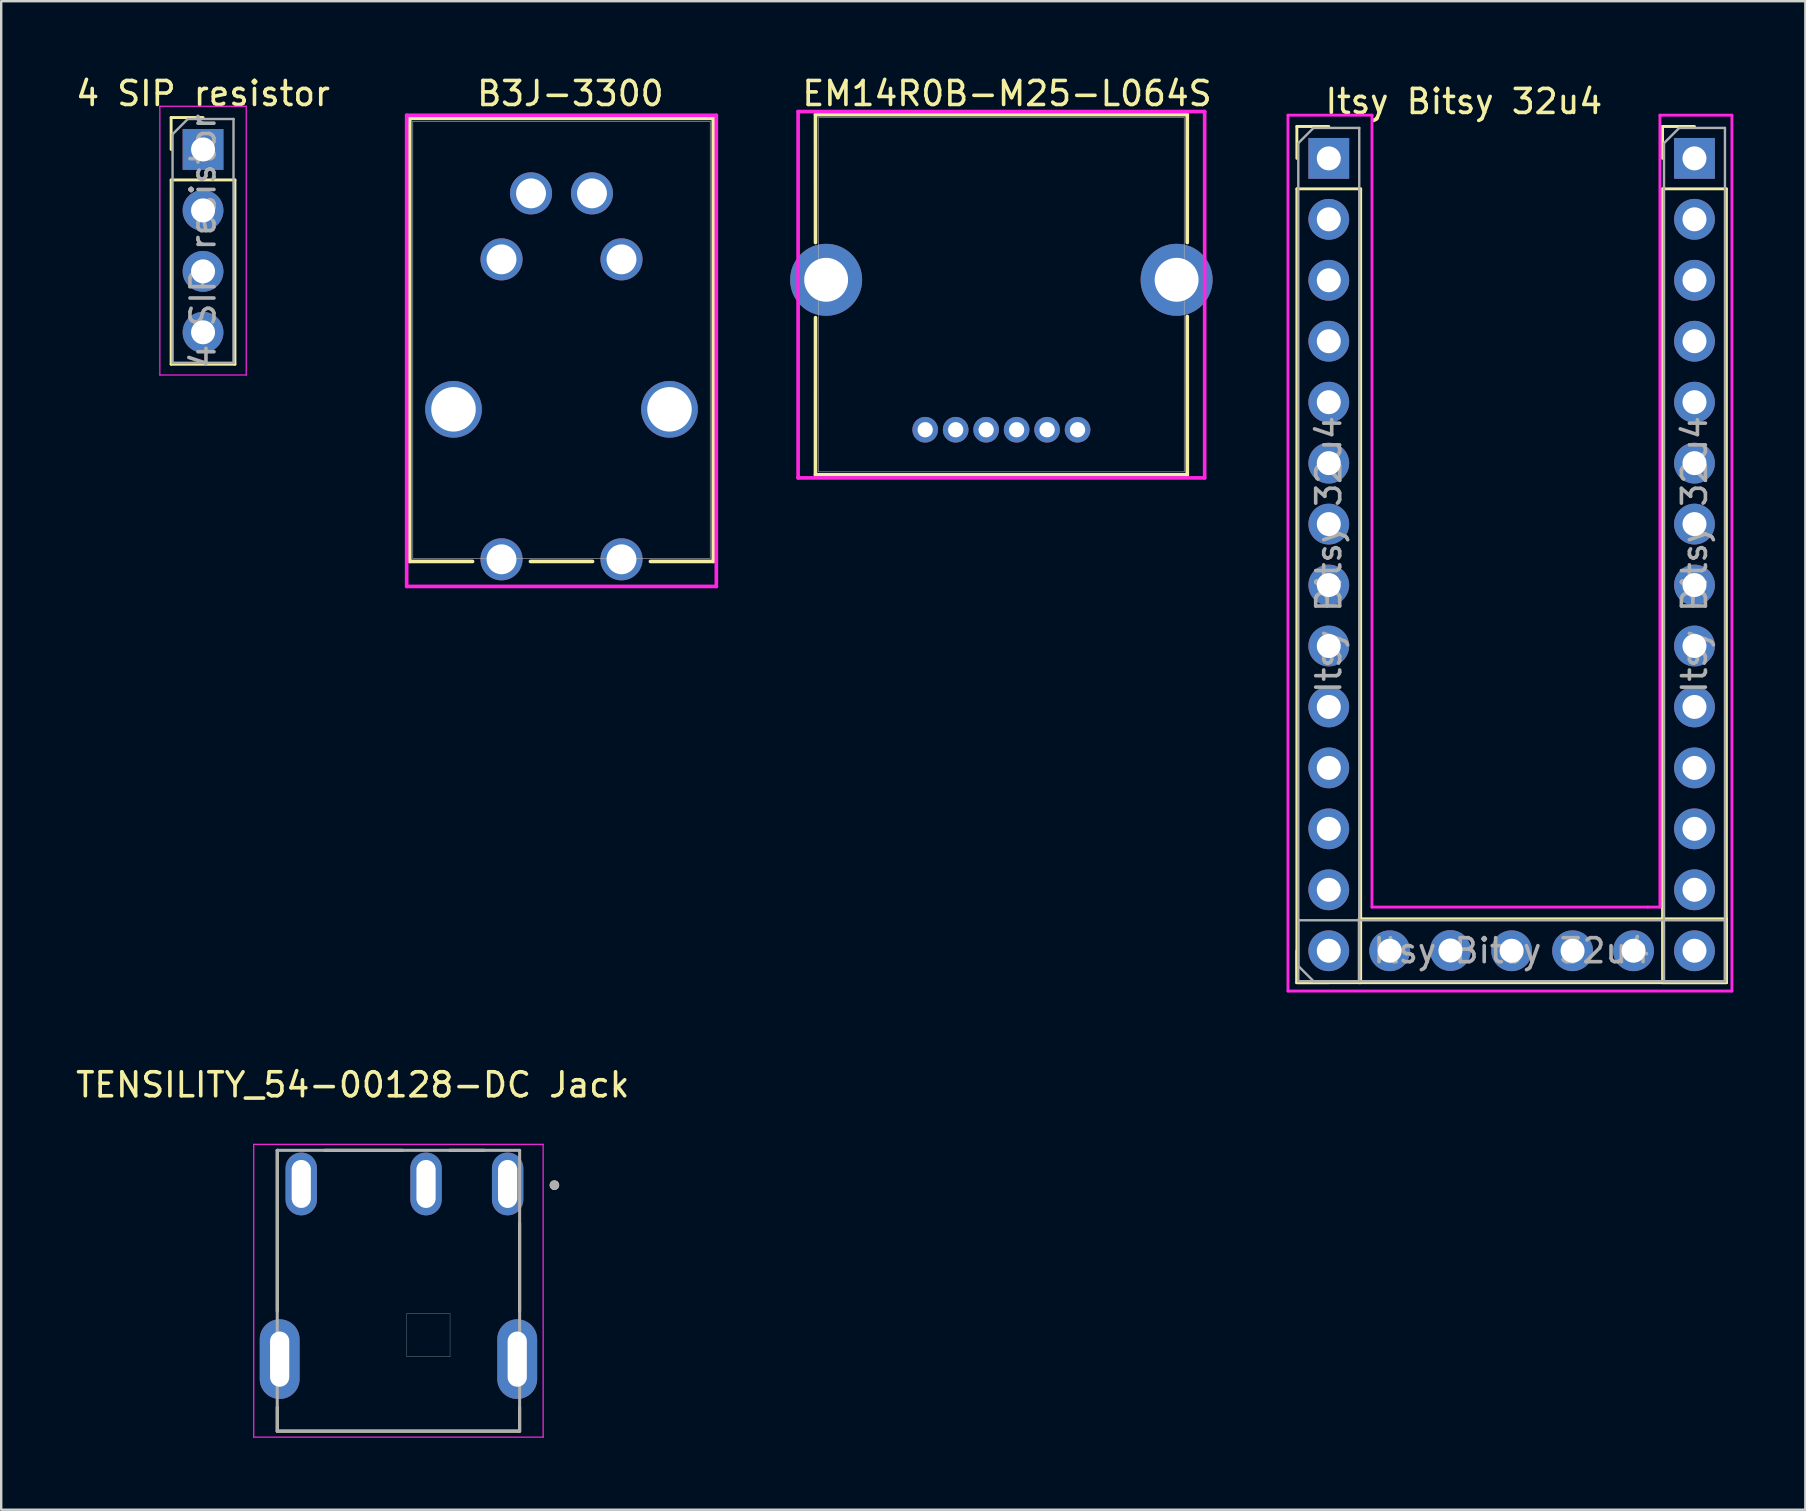
<source format=kicad_pcb>
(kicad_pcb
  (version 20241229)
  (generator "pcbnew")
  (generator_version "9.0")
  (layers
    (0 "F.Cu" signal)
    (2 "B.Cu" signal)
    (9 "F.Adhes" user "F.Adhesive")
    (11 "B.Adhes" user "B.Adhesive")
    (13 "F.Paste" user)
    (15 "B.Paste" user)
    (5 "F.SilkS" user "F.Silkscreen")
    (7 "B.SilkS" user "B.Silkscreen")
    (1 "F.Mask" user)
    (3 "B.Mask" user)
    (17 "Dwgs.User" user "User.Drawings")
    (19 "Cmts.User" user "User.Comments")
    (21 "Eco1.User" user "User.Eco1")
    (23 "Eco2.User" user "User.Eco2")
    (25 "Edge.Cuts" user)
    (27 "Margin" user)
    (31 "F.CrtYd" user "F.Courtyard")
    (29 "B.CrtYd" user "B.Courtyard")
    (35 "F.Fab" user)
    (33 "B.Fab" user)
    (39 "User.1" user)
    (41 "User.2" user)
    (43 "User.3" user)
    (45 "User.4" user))
  (footprint "4 SIP resistor"
    (layer "F.Cu")
    (at 5.411 3.178)
    (property "Reference" "4 SIP resistor" (at 0 -2.33 0) (layer "F.SilkS") (effects (font (size 1 1) (thickness 0.15))))
    (attr through_hole)
    (fp_line (start -1.33 -1.33) (end 0 -1.33) (stroke (width 0.12) (type solid)) (layer "F.SilkS"))
    (fp_line (start -1.33 0) (end -1.33 -1.33) (stroke (width 0.12) (type solid)) (layer "F.SilkS"))
    (fp_line (start -1.33 1.27) (end -1.33 8.95) (stroke (width 0.12) (type solid)) (layer "F.SilkS"))
    (fp_line (start -1.33 1.27) (end 1.33 1.27) (stroke (width 0.12) (type solid)) (layer "F.SilkS"))
    (fp_line (start -1.33 8.95) (end 1.33 8.95) (stroke (width 0.12) (type solid)) (layer "F.SilkS"))
    (fp_line (start 1.33 1.27) (end 1.33 8.95) (stroke (width 0.12) (type solid)) (layer "F.SilkS"))
    (fp_line (start -1.8 -1.8) (end -1.8 9.4) (stroke (width 0.05) (type solid)) (layer "F.CrtYd"))
    (fp_line (start -1.8 9.4) (end 1.8 9.4) (stroke (width 0.05) (type solid)) (layer "F.CrtYd"))
    (fp_line (start 1.8 -1.8) (end -1.8 -1.8) (stroke (width 0.05) (type solid)) (layer "F.CrtYd"))
    (fp_line (start 1.8 9.4) (end 1.8 -1.8) (stroke (width 0.05) (type solid)) (layer "F.CrtYd"))
    (fp_line (start -1.27 -0.635) (end -0.635 -1.27) (stroke (width 0.1) (type solid)) (layer "F.Fab"))
    (fp_line (start -1.27 8.89) (end -1.27 -0.635) (stroke (width 0.1) (type solid)) (layer "F.Fab"))
    (fp_line (start -0.635 -1.27) (end 1.27 -1.27) (stroke (width 0.1) (type solid)) (layer "F.Fab"))
    (fp_line (start 1.27 -1.27) (end 1.27 8.89) (stroke (width 0.1) (type solid)) (layer "F.Fab"))
    (fp_line (start 1.27 8.89) (end -1.27 8.89) (stroke (width 0.1) (type solid)) (layer "F.Fab"))
    (fp_text user "${REFERENCE}" (at 0 3.81 90) (layer "F.Fab") (effects (font (size 1 1) (thickness 0.15))))
    (pad "1" thru_hole rect (at 0 0) (size 1.7 1.7) (drill 1) (layers "*.Cu" "*.Mask"))
    (pad "2" thru_hole oval (at 0 2.54) (size 1.7 1.7) (drill 1) (layers "*.Cu" "*.Mask"))
    (pad "3" thru_hole oval (at 0 5.08) (size 1.7 1.7) (drill 1) (layers "*.Cu" "*.Mask"))
    (pad "4" thru_hole oval (at 0 7.62) (size 1.7 1.7) (drill 1) (layers "*.Cu" "*.Mask")))
  (footprint "EM14R0B-M25-L064S"
    (layer "F.Cu")
    (at 35.505 14.858)
    (property "Reference" "EM14R0B-M25-L064S" (at 3.41 -14.01 0) (unlocked yes) (layer "F.SilkS") (effects (font (size 1 1) (thickness 0.15))))
    (attr through_hole)
    (fp_line (start -4.572 -13.132) (end -4.57 -7.8) (stroke (width 0.152) (type solid)) (layer "F.SilkS"))
    (fp_line (start -4.572 1.88) (end 10.922 1.88) (stroke (width 0.152) (type solid)) (layer "F.SilkS"))
    (fp_line (start -4.57 -4.67) (end -4.572 1.88) (stroke (width 0.152) (type solid)) (layer "F.SilkS"))
    (fp_line (start 10.92 -7.8) (end 10.922 -13.132) (stroke (width 0.152) (type solid)) (layer "F.SilkS"))
    (fp_line (start 10.922 -13.132) (end -4.572 -13.132) (stroke (width 0.152) (type solid)) (layer "F.SilkS"))
    (fp_line (start 10.922 1.88) (end 10.92 -4.72) (stroke (width 0.152) (type solid)) (layer "F.SilkS"))
    (fp_line (start -5.296 -13.259) (end -5.296 2.007) (stroke (width 0.152) (type solid)) (layer "F.CrtYd"))
    (fp_line (start -5.296 2.007) (end 11.646 2.007) (stroke (width 0.152) (type solid)) (layer "F.CrtYd"))
    (fp_line (start 11.646 -13.259) (end -5.296 -13.259) (stroke (width 0.152) (type solid)) (layer "F.CrtYd"))
    (fp_line (start 11.646 2.007) (end 11.646 -13.259) (stroke (width 0.152) (type solid)) (layer "F.CrtYd"))
    (fp_line (start -4.445 -13.005) (end -4.445 1.753) (stroke (width 0.025) (type solid)) (layer "F.Fab"))
    (fp_line (start -4.445 1.753) (end 10.795 1.753) (stroke (width 0.025) (type solid)) (layer "F.Fab"))
    (fp_line (start 10.795 -13.005) (end -4.445 -13.005) (stroke (width 0.025) (type solid)) (layer "F.Fab"))
    (fp_line (start 10.795 1.753) (end 10.795 -13.005) (stroke (width 0.025) (type solid)) (layer "F.Fab"))
    (pad "" thru_hole circle (at -4.128 -6.248 90) (size 3 3) (drill 1.829) (layers "*.Cu" "*.Mask"))
    (pad "" thru_hole circle (at 10.477 -6.248 90) (size 3 3) (drill 1.829) (layers "*.Cu" "*.Mask"))
    (pad "1" thru_hole circle (at 0 0) (size 1.07 1.07) (drill 0.635) (layers "*.Cu" "*.Mask"))
    (pad "2" thru_hole circle (at 1.27 0) (size 1.07 1.07) (drill 0.635) (layers "*.Cu" "*.Mask"))
    (pad "3" thru_hole circle (at 2.54 0) (size 1.07 1.07) (drill 0.635) (layers "*.Cu" "*.Mask"))
    (pad "4" thru_hole circle (at 3.81 0) (size 1.07 1.07) (drill 0.635) (layers "*.Cu" "*.Mask"))
    (pad "5" thru_hole circle (at 5.08 0) (size 1.07 1.07) (drill 0.635) (layers "*.Cu" "*.Mask"))
    (pad "6" thru_hole circle (at 6.35 0) (size 1.07 1.07) (drill 0.635) (layers "*.Cu" "*.Mask")))
  (footprint "Itsy Bitsy 32u4"
    (layer "F.Cu")
    (at 54.123 0.25)
    (property "Reference" "Itsy Bitsy 32u4" (at 3.83 0.93 0) (unlocked yes) (layer "F.SilkS") (effects (font (size 1 1) (thickness 0.15))))
    (attr through_hole)
    (fp_line (start -3.13 1.97) (end -1.8 1.97) (stroke (width 0.12) (type solid)) (layer "F.SilkS"))
    (fp_line (start -3.13 3.3) (end -3.13 1.97) (stroke (width 0.12) (type solid)) (layer "F.SilkS"))
    (fp_line (start -3.13 4.57) (end -3.13 37.65) (stroke (width 0.12) (type solid)) (layer "F.SilkS"))
    (fp_line (start -3.13 4.57) (end -0.47 4.57) (stroke (width 0.12) (type solid)) (layer "F.SilkS"))
    (fp_line (start -3.13 37.65) (end -3.13 36.32) (stroke (width 0.12) (type solid)) (layer "F.SilkS"))
    (fp_line (start -3.13 37.65) (end -0.47 37.65) (stroke (width 0.12) (type solid)) (layer "F.SilkS"))
    (fp_line (start -1.8 37.65) (end -3.13 37.65) (stroke (width 0.12) (type solid)) (layer "F.SilkS"))
    (fp_line (start -0.53 34.99) (end 14.77 34.99) (stroke (width 0.12) (type solid)) (layer "F.SilkS"))
    (fp_line (start -0.53 37.65) (end -0.53 34.99) (stroke (width 0.12) (type solid)) (layer "F.SilkS"))
    (fp_line (start -0.53 37.65) (end 14.77 37.65) (stroke (width 0.12) (type solid)) (layer "F.SilkS"))
    (fp_line (start -0.47 4.57) (end -0.47 37.65) (stroke (width 0.12) (type solid)) (layer "F.SilkS"))
    (fp_line (start 12.11 1.97) (end 13.44 1.97) (stroke (width 0.12) (type solid)) (layer "F.SilkS"))
    (fp_line (start 12.11 3.3) (end 12.11 1.97) (stroke (width 0.12) (type solid)) (layer "F.SilkS"))
    (fp_line (start 12.11 4.57) (end 12.11 37.65) (stroke (width 0.12) (type solid)) (layer "F.SilkS"))
    (fp_line (start 12.11 4.57) (end 14.77 4.57) (stroke (width 0.12) (type solid)) (layer "F.SilkS"))
    (fp_line (start 12.11 37.65) (end 14.77 37.65) (stroke (width 0.12) (type solid)) (layer "F.SilkS"))
    (fp_line (start 14.77 4.57) (end 14.77 37.65) (stroke (width 0.12) (type solid)) (layer "F.SilkS"))
    (fp_line (start 14.77 37.65) (end 14.77 34.99) (stroke (width 0.12) (type solid)) (layer "F.SilkS"))
    (fp_line (start -3.5 1.5) (end 0 1.5) (stroke (width 0.12) (type default)) (layer "F.CrtYd"))
    (fp_line (start -3.5 38) (end -3.5 1.5) (stroke (width 0.12) (type default)) (layer "F.CrtYd"))
    (fp_line (start 0 1.5) (end 0 34.5) (stroke (width 0.12) (type default)) (layer "F.CrtYd"))
    (fp_line (start 0 34.5) (end 11.5 34.5) (stroke (width 0.12) (type default)) (layer "F.CrtYd"))
    (fp_line (start 11.5 34.5) (end 12 34.5) (stroke (width 0.12) (type default)) (layer "F.CrtYd"))
    (fp_line (start 12 1.5) (end 15 1.5) (stroke (width 0.12) (type default)) (layer "F.CrtYd"))
    (fp_line (start 12 34.5) (end 12 1.5) (stroke (width 0.12) (type default)) (layer "F.CrtYd"))
    (fp_line (start 15 1.5) (end 15 38) (stroke (width 0.12) (type default)) (layer "F.CrtYd"))
    (fp_line (start 15 38) (end -3.5 38) (stroke (width 0.12) (type default)) (layer "F.CrtYd"))
    (fp_line (start -3.07 2.665) (end -2.435 2.03) (stroke (width 0.1) (type solid)) (layer "F.Fab"))
    (fp_line (start -3.07 35.05) (end 14.71 35.05) (stroke (width 0.1) (type solid)) (layer "F.Fab"))
    (fp_line (start -3.07 36.955) (end -3.07 35.05) (stroke (width 0.1) (type solid)) (layer "F.Fab"))
    (fp_line (start -3.07 37.59) (end -3.07 2.665) (stroke (width 0.1) (type solid)) (layer "F.Fab"))
    (fp_line (start -2.435 2.03) (end -0.53 2.03) (stroke (width 0.1) (type solid)) (layer "F.Fab"))
    (fp_line (start -2.435 37.59) (end -3.07 36.955) (stroke (width 0.1) (type solid)) (layer "F.Fab"))
    (fp_line (start -0.53 2.03) (end -0.53 37.59) (stroke (width 0.1) (type solid)) (layer "F.Fab"))
    (fp_line (start -0.53 37.59) (end -3.07 37.59) (stroke (width 0.1) (type solid)) (layer "F.Fab"))
    (fp_line (start 12.17 2.665) (end 12.805 2.03) (stroke (width 0.1) (type solid)) (layer "F.Fab"))
    (fp_line (start 12.17 37.59) (end 12.17 2.665) (stroke (width 0.1) (type solid)) (layer "F.Fab"))
    (fp_line (start 12.805 2.03) (end 14.71 2.03) (stroke (width 0.1) (type solid)) (layer "F.Fab"))
    (fp_line (start 14.71 2.03) (end 14.71 37.59) (stroke (width 0.1) (type solid)) (layer "F.Fab"))
    (fp_line (start 14.71 35.05) (end 14.71 37.59) (stroke (width 0.1) (type solid)) (layer "F.Fab"))
    (fp_line (start 14.71 37.59) (end -2.435 37.59) (stroke (width 0.1) (type solid)) (layer "F.Fab"))
    (fp_line (start 14.71 37.59) (end 12.17 37.59) (stroke (width 0.1) (type solid)) (layer "F.Fab"))
    (fp_text user "${REFERENCE}" (at -1.8 19.81 270) (layer "F.Fab") (effects (font (size 1 1) (thickness 0.15))))
    (fp_text user "${REFERENCE}" (at 13.44 19.81 270) (layer "F.Fab") (effects (font (size 1 1) (thickness 0.15))))
    (fp_text user "${REFERENCE}" (at 5.82 36.32 0) (layer "F.Fab") (effects (font (size 1 1) (thickness 0.15))))
    (pad "1" thru_hole rect (at -1.8 3.3) (size 1.7 1.7) (drill 1) (layers "*.Cu" "*.Mask"))
    (pad "2" thru_hole oval (at -1.8 5.84) (size 1.7 1.7) (drill 1) (layers "*.Cu" "*.Mask"))
    (pad "3" thru_hole oval (at -1.8 8.38) (size 1.7 1.7) (drill 1) (layers "*.Cu" "*.Mask"))
    (pad "4" thru_hole oval (at -1.8 10.92) (size 1.7 1.7) (drill 1) (layers "*.Cu" "*.Mask"))
    (pad "5" thru_hole oval (at -1.8 13.46) (size 1.7 1.7) (drill 1) (layers "*.Cu" "*.Mask"))
    (pad "6" thru_hole oval (at -1.8 16) (size 1.7 1.7) (drill 1) (layers "*.Cu" "*.Mask"))
    (pad "7" thru_hole oval (at -1.8 18.54) (size 1.7 1.7) (drill 1) (layers "*.Cu" "*.Mask"))
    (pad "8" thru_hole oval (at -1.8 21.08) (size 1.7 1.7) (drill 1) (layers "*.Cu" "*.Mask"))
    (pad "9" thru_hole oval (at -1.8 23.62) (size 1.7 1.7) (drill 1) (layers "*.Cu" "*.Mask"))
    (pad "10" thru_hole oval (at -1.8 26.16) (size 1.7 1.7) (drill 1) (layers "*.Cu" "*.Mask"))
    (pad "11" thru_hole oval (at -1.8 28.7) (size 1.7 1.7) (drill 1) (layers "*.Cu" "*.Mask"))
    (pad "12" thru_hole oval (at -1.8 31.24) (size 1.7 1.7) (drill 1) (layers "*.Cu" "*.Mask"))
    (pad "13" thru_hole oval (at -1.8 33.78) (size 1.7 1.7) (drill 1) (layers "*.Cu" "*.Mask"))
    (pad "14" thru_hole oval (at -1.8 36.32) (size 1.7 1.7) (drill 1) (layers "*.Cu" "*.Mask"))
    (pad "15" thru_hole oval (at 0.74 36.32 90) (size 1.7 1.7) (drill 1) (layers "*.Cu" "*.Mask"))
    (pad "16" thru_hole oval (at 3.27 36.31 90) (size 1.7 1.7) (drill 1) (layers "*.Cu" "*.Mask"))
    (pad "17" thru_hole oval (at 5.82 36.32 90) (size 1.7 1.7) (drill 1) (layers "*.Cu" "*.Mask"))
    (pad "18" thru_hole oval (at 8.36 36.32 90) (size 1.7 1.7) (drill 1) (layers "*.Cu" "*.Mask"))
    (pad "19" thru_hole oval (at 10.9 36.32 90) (size 1.7 1.7) (drill 1) (layers "*.Cu" "*.Mask"))
    (pad "20" thru_hole oval (at 13.44 36.32) (size 1.7 1.7) (drill 1) (layers "*.Cu" "*.Mask"))
    (pad "21" thru_hole oval (at 13.44 33.78) (size 1.7 1.7) (drill 1) (layers "*.Cu" "*.Mask"))
    (pad "22" thru_hole oval (at 13.44 31.24) (size 1.7 1.7) (drill 1) (layers "*.Cu" "*.Mask"))
    (pad "23" thru_hole oval (at 13.44 28.7) (size 1.7 1.7) (drill 1) (layers "*.Cu" "*.Mask"))
    (pad "24" thru_hole oval (at 13.44 26.16) (size 1.7 1.7) (drill 1) (layers "*.Cu" "*.Mask"))
    (pad "25" thru_hole oval (at 13.44 23.62) (size 1.7 1.7) (drill 1) (layers "*.Cu" "*.Mask"))
    (pad "26" thru_hole oval (at 13.44 21.08) (size 1.7 1.7) (drill 1) (layers "*.Cu" "*.Mask"))
    (pad "27" thru_hole oval (at 13.44 18.54) (size 1.7 1.7) (drill 1) (layers "*.Cu" "*.Mask"))
    (pad "28" thru_hole oval (at 13.44 16) (size 1.7 1.7) (drill 1) (layers "*.Cu" "*.Mask"))
    (pad "29" thru_hole oval (at 13.44 13.46) (size 1.7 1.7) (drill 1) (layers "*.Cu" "*.Mask"))
    (pad "30" thru_hole oval (at 13.44 10.92) (size 1.7 1.7) (drill 1) (layers "*.Cu" "*.Mask"))
    (pad "31" thru_hole oval (at 13.44 8.38) (size 1.7 1.7) (drill 1) (layers "*.Cu" "*.Mask"))
    (pad "32" thru_hole oval (at 13.44 5.84) (size 1.7 1.7) (drill 1) (layers "*.Cu" "*.Mask"))
    (pad "33" thru_hole rect (at 13.44 3.3) (size 1.7 1.7) (drill 1) (layers "*.Cu" "*.Mask")))
  (footprint "B3J-3300"
    (layer "F.Cu")
    (at 17.849 20.258)
    (property "Reference" "B3J-3300" (at 2.87 -19.41 0) (unlocked yes) (layer "F.SilkS") (effects (font (size 1 1) (thickness 0.15))))
    (attr through_hole)
    (fp_line (start -3.825 -18.377) (end -3.825 0.089) (stroke (width 0.152) (type solid)) (layer "F.SilkS"))
    (fp_line (start -3.825 0.089) (end -1.206 0.089) (stroke (width 0.152) (type solid)) (layer "F.SilkS"))
    (fp_line (start 1.206 0.089) (end 3.794 0.089) (stroke (width 0.152) (type solid)) (layer "F.SilkS"))
    (fp_line (start 6.206 0.089) (end 8.825 0.089) (stroke (width 0.152) (type solid)) (layer "F.SilkS"))
    (fp_line (start 8.825 -18.377) (end -3.825 -18.377) (stroke (width 0.152) (type solid)) (layer "F.SilkS"))
    (fp_line (start 8.825 0.089) (end 8.825 -18.377) (stroke (width 0.152) (type solid)) (layer "F.SilkS"))
    (fp_line (start -3.952 -18.504) (end -3.952 1.13) (stroke (width 0.152) (type solid)) (layer "F.CrtYd"))
    (fp_line (start -3.952 1.13) (end 8.952 1.13) (stroke (width 0.152) (type solid)) (layer "F.CrtYd"))
    (fp_line (start 8.952 -18.504) (end -3.952 -18.504) (stroke (width 0.152) (type solid)) (layer "F.CrtYd"))
    (fp_line (start 8.952 1.13) (end 8.952 -18.504) (stroke (width 0.152) (type solid)) (layer "F.CrtYd"))
    (fp_line (start -3.698 -18.25) (end -3.698 -0.038) (stroke (width 0.025) (type solid)) (layer "F.Fab"))
    (fp_line (start -3.698 -0.038) (end 8.698 -0.038) (stroke (width 0.025) (type solid)) (layer "F.Fab"))
    (fp_line (start 8.698 -18.25) (end -3.698 -18.25) (stroke (width 0.025) (type solid)) (layer "F.Fab"))
    (fp_line (start 8.698 -0.038) (end 8.698 -18.25) (stroke (width 0.025) (type solid)) (layer "F.Fab"))
    (pad "" np_thru_hole circle (at -2 -6.25 90) (size 2.362 2.362) (drill 1.854) (layers "*.Cu" "*.Mask"))
    (pad "" np_thru_hole circle (at 7 -6.25 90) (size 2.362 2.362) (drill 1.854) (layers "*.Cu" "*.Mask"))
    (pad "1" thru_hole circle (at 0 0) (size 1.753 1.753) (drill 1.245) (layers "*.Cu" "*.Mask"))
    (pad "2" thru_hole circle (at 0 -12.5) (size 1.753 1.753) (drill 1.245) (layers "*.Cu" "*.Mask"))
    (pad "3" thru_hole circle (at 5 0) (size 1.753 1.753) (drill 1.245) (layers "*.Cu" "*.Mask"))
    (pad "4" thru_hole circle (at 5 -12.5) (size 1.753 1.753) (drill 1.245) (layers "*.Cu" "*.Mask"))
    (pad "5" thru_hole circle (at 1.23 -15.25 90) (size 1.753 1.753) (drill 1.245) (layers "*.Cu" "*.Mask"))
    (pad "6" thru_hole circle (at 3.77 -15.25 90) (size 1.753 1.753) (drill 1.245) (layers "*.Cu" "*.Mask")))
  (footprint "TENSILITY_54-00128-DC Jack"
    (layer "F.Cu")
    (at 13.554 53.588)
    (property "Reference" "TENSILITY_54-00128-DC Jack" (at -1.905 -11.43 0) (layer "F.SilkS") (effects (font (size 1 1) (thickness 0.15))))
    (attr through_hole)
    (fp_line (start -5.05 -8.7) (end -5.024 -8.7) (stroke (width 0.127) (type solid)) (layer "F.SilkS"))
    (fp_line (start -5.05 -2) (end -5.05 -8.7) (stroke (width 0.127) (type solid)) (layer "F.SilkS"))
    (fp_line (start -5.05 3) (end -5.05 2) (stroke (width 0.127) (type solid)) (layer "F.SilkS"))
    (fp_line (start -3.076 -8.7) (end 0.176 -8.7) (stroke (width 0.127) (type solid)) (layer "F.SilkS"))
    (fp_line (start 2.124 -8.7) (end 3.576 -8.7) (stroke (width 0.127) (type solid)) (layer "F.SilkS"))
    (fp_line (start 5.05 -5.672) (end 5.05 -2) (stroke (width 0.127) (type solid)) (layer "F.SilkS"))
    (fp_line (start 5.05 3) (end -5.05 3) (stroke (width 0.127) (type solid)) (layer "F.SilkS"))
    (fp_line (start 5.05 3) (end 5.05 2) (stroke (width 0.127) (type solid)) (layer "F.SilkS"))
    (fp_circle (center 6.5 -7.25) (end 6.6 -7.25) (stroke (width 0.2) (type solid)) (fill no) (layer "F.SilkS"))
    (fp_line (start 0.35 -1.9) (end 2.15 -1.9) (stroke (width 0.01) (type solid)) (layer "Edge.Cuts"))
    (fp_line (start 0.35 -0.1) (end 0.35 -1.9) (stroke (width 0.01) (type solid)) (layer "Edge.Cuts"))
    (fp_line (start 2.15 -1.9) (end 2.15 -0.1) (stroke (width 0.01) (type solid)) (layer "Edge.Cuts"))
    (fp_line (start 2.15 -0.1) (end 0.35 -0.1) (stroke (width 0.01) (type solid)) (layer "Edge.Cuts"))
    (fp_line (start -6.03 -8.95) (end -6.03 3.25) (stroke (width 0.05) (type solid)) (layer "F.CrtYd"))
    (fp_line (start -6.03 3.25) (end 6.03 3.25) (stroke (width 0.05) (type solid)) (layer "F.CrtYd"))
    (fp_line (start 6.03 -8.95) (end -6.03 -8.95) (stroke (width 0.05) (type solid)) (layer "F.CrtYd"))
    (fp_line (start 6.03 3.25) (end 6.03 -8.95) (stroke (width 0.05) (type solid)) (layer "F.CrtYd"))
    (fp_line (start -5.05 -8.7) (end 5.05 -8.7) (stroke (width 0.127) (type solid)) (layer "F.Fab"))
    (fp_line (start -5.05 3) (end -5.05 -8.7) (stroke (width 0.127) (type solid)) (layer "F.Fab"))
    (fp_line (start 5.05 -8.7) (end 5.05 3) (stroke (width 0.127) (type solid)) (layer "F.Fab"))
    (fp_line (start 5.05 3) (end -5.05 3) (stroke (width 0.127) (type solid)) (layer "F.Fab"))
    (fp_circle (center 6.5 -7.25) (end 6.6 -7.25) (stroke (width 0.2) (type solid)) (fill no) (layer "F.Fab"))
    (pad "1" thru_hole oval (at 4.55 -7.3) (size 1.308 2.616) (drill oval 0.8 2) (layers "*.Cu" "*.Mask"))
    (pad "2" thru_hole oval (at -4.05 -7.3) (size 1.308 2.616) (drill oval 0.8 2) (layers "*.Cu" "*.Mask"))
    (pad "3" thru_hole oval (at 1.15 -7.3) (size 1.308 2.616) (drill oval 0.8 2) (layers "*.Cu" "*.Mask"))
    (pad "MP" thru_hole oval (at -4.95 0) (size 1.66 3.32) (drill oval 0.8 2.3) (layers "*.Cu" "*.Mask"))
    (pad "MP" thru_hole oval (at 4.95 0) (size 1.66 3.32) (drill oval 0.8 2.3) (layers "*.Cu" "*.Mask")))
  (gr_rect
    (start -3 -3)
    (end 72.183 59.863)
    (stroke (width 0.1) (type default))
    (fill no)
    (layer "Edge.Cuts")))
</source>
